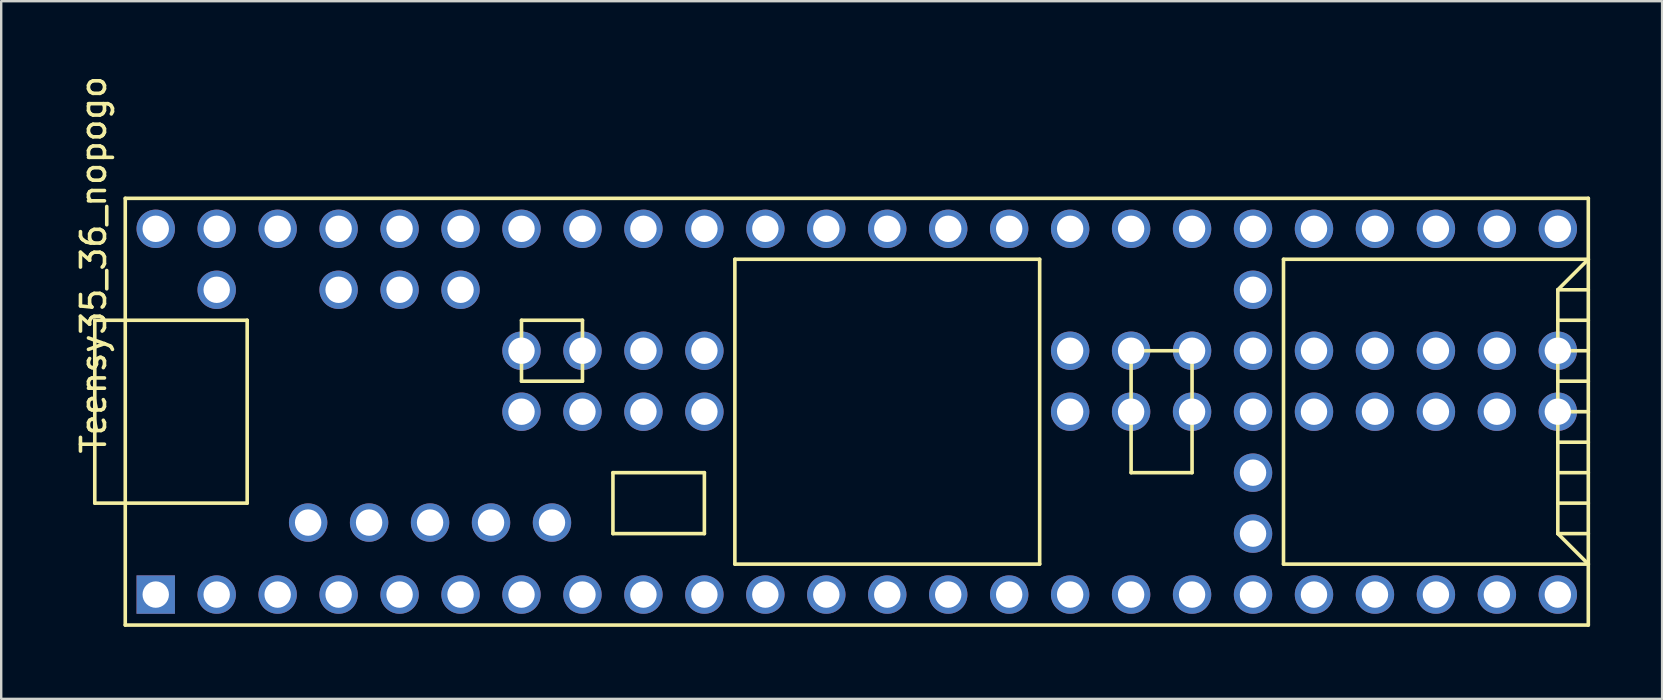
<source format=kicad_pcb>
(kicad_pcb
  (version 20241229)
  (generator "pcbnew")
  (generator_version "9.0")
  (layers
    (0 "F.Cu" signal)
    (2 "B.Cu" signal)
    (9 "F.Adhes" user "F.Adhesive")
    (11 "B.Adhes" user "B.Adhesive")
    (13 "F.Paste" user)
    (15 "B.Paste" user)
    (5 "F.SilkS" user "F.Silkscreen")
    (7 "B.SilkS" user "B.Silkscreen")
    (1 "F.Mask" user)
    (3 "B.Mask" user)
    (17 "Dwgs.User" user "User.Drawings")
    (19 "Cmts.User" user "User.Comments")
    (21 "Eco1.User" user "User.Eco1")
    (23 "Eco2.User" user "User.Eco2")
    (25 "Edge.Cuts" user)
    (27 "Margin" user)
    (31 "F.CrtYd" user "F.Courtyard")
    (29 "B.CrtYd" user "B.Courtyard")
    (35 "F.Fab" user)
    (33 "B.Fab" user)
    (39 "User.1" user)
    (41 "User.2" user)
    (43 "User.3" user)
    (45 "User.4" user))
  (footprint "Teensy35_36_nopogo"
    (layer "F.Cu")
    (at 32.649 14.104)
    (property "Reference" "Teensy35_36_nopogo" (at -31.801 -6.121 90) (layer "F.SilkS") (effects (font (size 1 1) (thickness 0.15))))
    (attr through_hole)
    (fp_line (start -31.75 -3.81) (end -30.48 -3.81) (stroke (width 0.15) (type solid)) (layer "F.SilkS"))
    (fp_line (start -31.75 3.81) (end -31.75 -3.81) (stroke (width 0.15) (type solid)) (layer "F.SilkS"))
    (fp_line (start -30.48 3.81) (end -31.75 3.81) (stroke (width 0.15) (type solid)) (layer "F.SilkS"))
    (fp_line (start -30.48 8.89) (end -30.48 -8.89) (stroke (width 0.15) (type solid)) (layer "F.SilkS"))
    (fp_line (start -30.48 8.89) (end 30.48 8.89) (stroke (width 0.15) (type solid)) (layer "F.SilkS"))
    (fp_line (start -25.4 -3.81) (end -30.48 -3.81) (stroke (width 0.15) (type solid)) (layer "F.SilkS"))
    (fp_line (start -25.4 3.81) (end -30.48 3.81) (stroke (width 0.15) (type solid)) (layer "F.SilkS"))
    (fp_line (start -25.4 3.81) (end -25.4 -3.81) (stroke (width 0.15) (type solid)) (layer "F.SilkS"))
    (fp_line (start -13.97 -3.81) (end -13.97 -1.27) (stroke (width 0.15) (type solid)) (layer "F.SilkS"))
    (fp_line (start -13.97 -1.27) (end -11.43 -1.27) (stroke (width 0.15) (type solid)) (layer "F.SilkS"))
    (fp_line (start -11.43 -3.81) (end -13.97 -3.81) (stroke (width 0.15) (type solid)) (layer "F.SilkS"))
    (fp_line (start -11.43 -1.27) (end -11.43 -3.81) (stroke (width 0.15) (type solid)) (layer "F.SilkS"))
    (fp_line (start -10.16 2.54) (end -6.35 2.54) (stroke (width 0.15) (type solid)) (layer "F.SilkS"))
    (fp_line (start -10.16 5.08) (end -10.16 2.54) (stroke (width 0.15) (type solid)) (layer "F.SilkS"))
    (fp_line (start -6.35 2.54) (end -6.35 5.08) (stroke (width 0.15) (type solid)) (layer "F.SilkS"))
    (fp_line (start -6.35 5.08) (end -10.16 5.08) (stroke (width 0.15) (type solid)) (layer "F.SilkS"))
    (fp_line (start -5.08 -6.35) (end -5.08 6.35) (stroke (width 0.15) (type solid)) (layer "F.SilkS"))
    (fp_line (start -5.08 -6.35) (end 7.62 -6.35) (stroke (width 0.15) (type solid)) (layer "F.SilkS"))
    (fp_line (start -5.08 6.35) (end 7.62 6.35) (stroke (width 0.15) (type solid)) (layer "F.SilkS"))
    (fp_line (start 7.62 6.35) (end 7.62 -6.35) (stroke (width 0.15) (type solid)) (layer "F.SilkS"))
    (fp_line (start 11.43 -2.54) (end 13.97 -2.54) (stroke (width 0.15) (type solid)) (layer "F.SilkS"))
    (fp_line (start 11.43 2.54) (end 11.43 -2.54) (stroke (width 0.15) (type solid)) (layer "F.SilkS"))
    (fp_line (start 13.97 -2.54) (end 13.97 2.54) (stroke (width 0.15) (type solid)) (layer "F.SilkS"))
    (fp_line (start 13.97 2.54) (end 11.43 2.54) (stroke (width 0.15) (type solid)) (layer "F.SilkS"))
    (fp_line (start 17.78 -6.35) (end 17.78 6.35) (stroke (width 0.15) (type solid)) (layer "F.SilkS"))
    (fp_line (start 17.78 6.35) (end 30.48 6.35) (stroke (width 0.15) (type solid)) (layer "F.SilkS"))
    (fp_line (start 29.21 -5.08) (end 30.48 -6.35) (stroke (width 0.15) (type solid)) (layer "F.SilkS"))
    (fp_line (start 29.21 -5.08) (end 30.48 -5.08) (stroke (width 0.15) (type solid)) (layer "F.SilkS"))
    (fp_line (start 29.21 -3.81) (end 30.48 -3.81) (stroke (width 0.15) (type solid)) (layer "F.SilkS"))
    (fp_line (start 29.21 -2.54) (end 30.48 -2.54) (stroke (width 0.15) (type solid)) (layer "F.SilkS"))
    (fp_line (start 29.21 -1.27) (end 30.48 -1.27) (stroke (width 0.15) (type solid)) (layer "F.SilkS"))
    (fp_line (start 29.21 0) (end 30.48 0) (stroke (width 0.15) (type solid)) (layer "F.SilkS"))
    (fp_line (start 29.21 1.27) (end 30.48 1.27) (stroke (width 0.15) (type solid)) (layer "F.SilkS"))
    (fp_line (start 29.21 2.54) (end 30.48 2.54) (stroke (width 0.15) (type solid)) (layer "F.SilkS"))
    (fp_line (start 29.21 3.81) (end 30.48 3.81) (stroke (width 0.15) (type solid)) (layer "F.SilkS"))
    (fp_line (start 29.21 5.08) (end 29.21 -5.08) (stroke (width 0.15) (type solid)) (layer "F.SilkS"))
    (fp_line (start 29.21 5.08) (end 30.48 5.08) (stroke (width 0.15) (type solid)) (layer "F.SilkS"))
    (fp_line (start 30.48 -8.89) (end -30.48 -8.89) (stroke (width 0.15) (type solid)) (layer "F.SilkS"))
    (fp_line (start 30.48 -8.89) (end 30.48 8.89) (stroke (width 0.15) (type solid)) (layer "F.SilkS"))
    (fp_line (start 30.48 -6.35) (end 17.78 -6.35) (stroke (width 0.15) (type solid)) (layer "F.SilkS"))
    (fp_line (start 30.48 6.35) (end 29.21 5.08) (stroke (width 0.15) (type solid)) (layer "F.SilkS"))
    (pad "1" thru_hole rect (at -29.21 7.62) (size 1.6 1.6) (drill 1.1) (layers "*.Cu" "*.Mask"))
    (pad "2" thru_hole circle (at -26.67 7.62) (size 1.6 1.6) (drill 1.1) (layers "*.Cu" "*.Mask"))
    (pad "3" thru_hole circle (at -24.13 7.62) (size 1.6 1.6) (drill 1.1) (layers "*.Cu" "*.Mask"))
    (pad "4" thru_hole circle (at -21.59 7.62) (size 1.6 1.6) (drill 1.1) (layers "*.Cu" "*.Mask"))
    (pad "5" thru_hole circle (at -19.05 7.62) (size 1.6 1.6) (drill 1.1) (layers "*.Cu" "*.Mask"))
    (pad "6" thru_hole circle (at -16.51 7.62) (size 1.6 1.6) (drill 1.1) (layers "*.Cu" "*.Mask"))
    (pad "7" thru_hole circle (at -13.97 7.62) (size 1.6 1.6) (drill 1.1) (layers "*.Cu" "*.Mask"))
    (pad "8" thru_hole circle (at -11.43 7.62) (size 1.6 1.6) (drill 1.1) (layers "*.Cu" "*.Mask"))
    (pad "9" thru_hole circle (at -8.89 7.62) (size 1.6 1.6) (drill 1.1) (layers "*.Cu" "*.Mask"))
    (pad "10" thru_hole circle (at -6.35 7.62) (size 1.6 1.6) (drill 1.1) (layers "*.Cu" "*.Mask"))
    (pad "11" thru_hole circle (at -3.81 7.62) (size 1.6 1.6) (drill 1.1) (layers "*.Cu" "*.Mask"))
    (pad "12" thru_hole circle (at -1.27 7.62) (size 1.6 1.6) (drill 1.1) (layers "*.Cu" "*.Mask"))
    (pad "13" thru_hole circle (at 1.27 7.62) (size 1.6 1.6) (drill 1.1) (layers "*.Cu" "*.Mask"))
    (pad "14" thru_hole circle (at 3.81 7.62) (size 1.6 1.6) (drill 1.1) (layers "*.Cu" "*.Mask"))
    (pad "15" thru_hole circle (at 6.35 7.62) (size 1.6 1.6) (drill 1.1) (layers "*.Cu" "*.Mask"))
    (pad "16" thru_hole circle (at 8.89 7.62) (size 1.6 1.6) (drill 1.1) (layers "*.Cu" "*.Mask"))
    (pad "17" thru_hole circle (at 11.43 7.62) (size 1.6 1.6) (drill 1.1) (layers "*.Cu" "*.Mask"))
    (pad "18" thru_hole circle (at 13.97 7.62) (size 1.6 1.6) (drill 1.1) (layers "*.Cu" "*.Mask"))
    (pad "19" thru_hole circle (at 16.51 7.62) (size 1.6 1.6) (drill 1.1) (layers "*.Cu" "*.Mask"))
    (pad "20" thru_hole circle (at 19.05 7.62) (size 1.6 1.6) (drill 1.1) (layers "*.Cu" "*.Mask"))
    (pad "21" thru_hole circle (at 21.59 7.62) (size 1.6 1.6) (drill 1.1) (layers "*.Cu" "*.Mask"))
    (pad "22" thru_hole circle (at 24.13 7.62) (size 1.6 1.6) (drill 1.1) (layers "*.Cu" "*.Mask"))
    (pad "23" thru_hole circle (at 26.67 7.62) (size 1.6 1.6) (drill 1.1) (layers "*.Cu" "*.Mask"))
    (pad "24" thru_hole circle (at 29.21 7.62) (size 1.6 1.6) (drill 1.1) (layers "*.Cu" "*.Mask"))
    (pad "25" thru_hole circle (at 16.51 5.08) (size 1.6 1.6) (drill 1.1) (layers "*.Cu" "*.Mask"))
    (pad "26" thru_hole circle (at 16.51 2.54) (size 1.6 1.6) (drill 1.1) (layers "*.Cu" "*.Mask"))
    (pad "27" thru_hole circle (at 16.51 0) (size 1.6 1.6) (drill 1.1) (layers "*.Cu" "*.Mask"))
    (pad "28" thru_hole circle (at 16.51 -2.54) (size 1.6 1.6) (drill 1.1) (layers "*.Cu" "*.Mask"))
    (pad "29" thru_hole circle (at 16.51 -5.08) (size 1.6 1.6) (drill 1.1) (layers "*.Cu" "*.Mask"))
    (pad "30" thru_hole circle (at 29.21 -7.62) (size 1.6 1.6) (drill 1.1) (layers "*.Cu" "*.Mask"))
    (pad "31" thru_hole circle (at 26.67 -7.62) (size 1.6 1.6) (drill 1.1) (layers "*.Cu" "*.Mask"))
    (pad "32" thru_hole circle (at 24.13 -7.62) (size 1.6 1.6) (drill 1.1) (layers "*.Cu" "*.Mask"))
    (pad "33" thru_hole circle (at 21.59 -7.62) (size 1.6 1.6) (drill 1.1) (layers "*.Cu" "*.Mask"))
    (pad "34" thru_hole circle (at 19.05 -7.62) (size 1.6 1.6) (drill 1.1) (layers "*.Cu" "*.Mask"))
    (pad "35" thru_hole circle (at 16.51 -7.62) (size 1.6 1.6) (drill 1.1) (layers "*.Cu" "*.Mask"))
    (pad "36" thru_hole circle (at 13.97 -7.62) (size 1.6 1.6) (drill 1.1) (layers "*.Cu" "*.Mask"))
    (pad "37" thru_hole circle (at 11.43 -7.62) (size 1.6 1.6) (drill 1.1) (layers "*.Cu" "*.Mask"))
    (pad "38" thru_hole circle (at 8.89 -7.62) (size 1.6 1.6) (drill 1.1) (layers "*.Cu" "*.Mask"))
    (pad "39" thru_hole circle (at 6.35 -7.62) (size 1.6 1.6) (drill 1.1) (layers "*.Cu" "*.Mask"))
    (pad "40" thru_hole circle (at 3.81 -7.62) (size 1.6 1.6) (drill 1.1) (layers "*.Cu" "*.Mask"))
    (pad "41" thru_hole circle (at 1.27 -7.62) (size 1.6 1.6) (drill 1.1) (layers "*.Cu" "*.Mask"))
    (pad "42" thru_hole circle (at -1.27 -7.62) (size 1.6 1.6) (drill 1.1) (layers "*.Cu" "*.Mask"))
    (pad "43" thru_hole circle (at -3.81 -7.62) (size 1.6 1.6) (drill 1.1) (layers "*.Cu" "*.Mask"))
    (pad "44" thru_hole circle (at -6.35 -7.62) (size 1.6 1.6) (drill 1.1) (layers "*.Cu" "*.Mask"))
    (pad "45" thru_hole circle (at -8.89 -7.62) (size 1.6 1.6) (drill 1.1) (layers "*.Cu" "*.Mask"))
    (pad "46" thru_hole circle (at -11.43 -7.62) (size 1.6 1.6) (drill 1.1) (layers "*.Cu" "*.Mask"))
    (pad "47" thru_hole circle (at -13.97 -7.62) (size 1.6 1.6) (drill 1.1) (layers "*.Cu" "*.Mask"))
    (pad "48" thru_hole circle (at -16.51 -7.62) (size 1.6 1.6) (drill 1.1) (layers "*.Cu" "*.Mask"))
    (pad "49" thru_hole circle (at -19.05 -7.62) (size 1.6 1.6) (drill 1.1) (layers "*.Cu" "*.Mask"))
    (pad "50" thru_hole circle (at -21.59 -7.62) (size 1.6 1.6) (drill 1.1) (layers "*.Cu" "*.Mask"))
    (pad "51" thru_hole circle (at -24.13 -7.62) (size 1.6 1.6) (drill 1.1) (layers "*.Cu" "*.Mask"))
    (pad "52" thru_hole circle (at -26.67 -7.62) (size 1.6 1.6) (drill 1.1) (layers "*.Cu" "*.Mask"))
    (pad "53" thru_hole circle (at -29.21 -7.62) (size 1.6 1.6) (drill 1.1) (layers "*.Cu" "*.Mask"))
    (pad "54" thru_hole circle (at -26.67 -5.08) (size 1.6 1.6) (drill 1.1) (layers "*.Cu" "*.Mask"))
    (pad "55" thru_hole circle (at -21.59 -5.08) (size 1.6 1.6) (drill 1.1) (layers "*.Cu" "*.Mask"))
    (pad "56" thru_hole circle (at -19.05 -5.08) (size 1.6 1.6) (drill 1.1) (layers "*.Cu" "*.Mask"))
    (pad "57" thru_hole circle (at -16.51 -5.08) (size 1.6 1.6) (drill 1.1) (layers "*.Cu" "*.Mask"))
    (pad "58" thru_hole circle (at -22.86 4.62) (size 1.6 1.6) (drill 1.1) (layers "*.Cu" "*.Mask"))
    (pad "59" thru_hole circle (at -20.32 4.62) (size 1.6 1.6) (drill 1.1) (layers "*.Cu" "*.Mask"))
    (pad "60" thru_hole circle (at -17.78 4.62) (size 1.6 1.6) (drill 1.1) (layers "*.Cu" "*.Mask"))
    (pad "61" thru_hole circle (at -15.24 4.62) (size 1.6 1.6) (drill 1.1) (layers "*.Cu" "*.Mask"))
    (pad "62" thru_hole circle (at -12.7 4.62) (size 1.6 1.6) (drill 1.1) (layers "*.Cu" "*.Mask"))
    (pad "63" thru_hole circle (at -13.97 0) (size 1.6 1.6) (drill 1.1) (layers "*.Cu" "*.Mask"))
    (pad "64" thru_hole circle (at -11.43 0) (size 1.6 1.6) (drill 1.1) (layers "*.Cu" "*.Mask"))
    (pad "65" thru_hole circle (at -8.89 0) (size 1.6 1.6) (drill 1.1) (layers "*.Cu" "*.Mask"))
    (pad "66" thru_hole circle (at -6.35 0) (size 1.6 1.6) (drill 1.1) (layers "*.Cu" "*.Mask"))
    (pad "67" thru_hole circle (at 8.89 0) (size 1.6 1.6) (drill 1.1) (layers "*.Cu" "*.Mask"))
    (pad "68" thru_hole circle (at 11.43 0) (size 1.6 1.6) (drill 1.1) (layers "*.Cu" "*.Mask"))
    (pad "69" thru_hole circle (at 13.97 0) (size 1.6 1.6) (drill 1.1) (layers "*.Cu" "*.Mask"))
    (pad "70" thru_hole circle (at 19.05 0) (size 1.6 1.6) (drill 1.1) (layers "*.Cu" "*.Mask"))
    (pad "71" thru_hole circle (at 21.59 0) (size 1.6 1.6) (drill 1.1) (layers "*.Cu" "*.Mask"))
    (pad "72" thru_hole circle (at 24.13 0) (size 1.6 1.6) (drill 1.1) (layers "*.Cu" "*.Mask"))
    (pad "73" thru_hole circle (at 26.67 0) (size 1.6 1.6) (drill 1.1) (layers "*.Cu" "*.Mask"))
    (pad "74" thru_hole circle (at 29.21 0) (size 1.6 1.6) (drill 1.1) (layers "*.Cu" "*.Mask"))
    (pad "75" thru_hole circle (at 29.21 -2.54) (size 1.6 1.6) (drill 1.1) (layers "*.Cu" "*.Mask"))
    (pad "76" thru_hole circle (at 26.67 -2.54) (size 1.6 1.6) (drill 1.1) (layers "*.Cu" "*.Mask"))
    (pad "77" thru_hole circle (at 24.13 -2.54) (size 1.6 1.6) (drill 1.1) (layers "*.Cu" "*.Mask"))
    (pad "78" thru_hole circle (at 21.59 -2.54) (size 1.6 1.6) (drill 1.1) (layers "*.Cu" "*.Mask"))
    (pad "79" thru_hole circle (at 19.05 -2.54) (size 1.6 1.6) (drill 1.1) (layers "*.Cu" "*.Mask"))
    (pad "80" thru_hole circle (at 13.97 -2.54) (size 1.6 1.6) (drill 1.1) (layers "*.Cu" "*.Mask"))
    (pad "81" thru_hole circle (at 11.43 -2.54) (size 1.6 1.6) (drill 1.1) (layers "*.Cu" "*.Mask"))
    (pad "82" thru_hole circle (at 8.89 -2.54) (size 1.6 1.6) (drill 1.1) (layers "*.Cu" "*.Mask"))
    (pad "83" thru_hole circle (at -6.35 -2.54) (size 1.6 1.6) (drill 1.1) (layers "*.Cu" "*.Mask"))
    (pad "84" thru_hole circle (at -8.89 -2.54) (size 1.6 1.6) (drill 1.1) (layers "*.Cu" "*.Mask"))
    (pad "85" thru_hole circle (at -11.43 -2.54) (size 1.6 1.6) (drill 1.1) (layers "*.Cu" "*.Mask"))
    (pad "86" thru_hole circle (at -13.97 -2.54) (size 1.6 1.6) (drill 1.1) (layers "*.Cu" "*.Mask")))
  (gr_rect
    (start -3 -3)
    (end 66.204 26.069)
    (stroke (width 0.1) (type default))
    (fill no)
    (layer "Edge.Cuts")))
</source>
